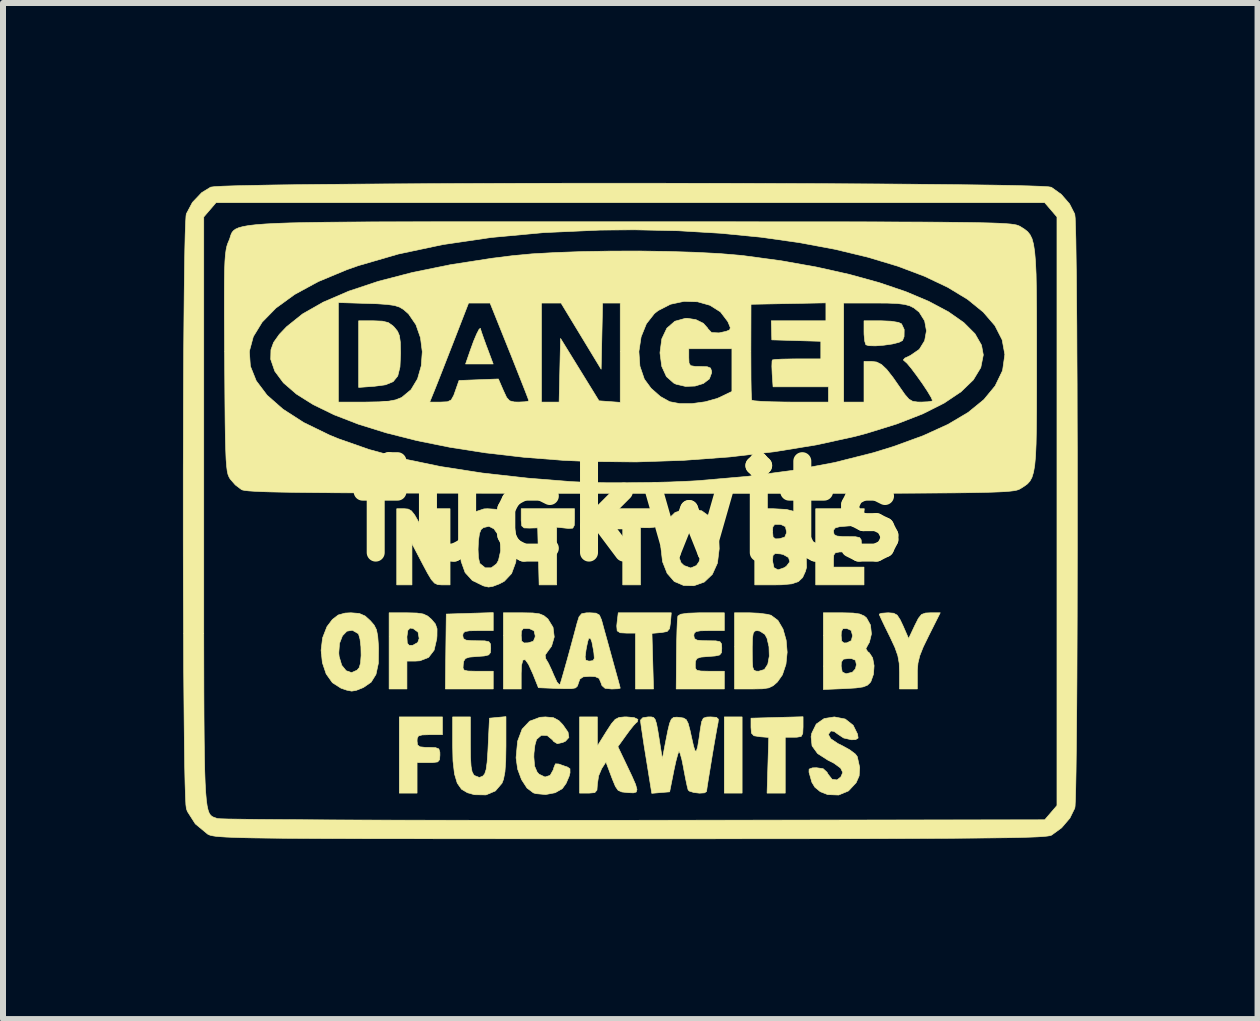
<source format=kicad_pcb>
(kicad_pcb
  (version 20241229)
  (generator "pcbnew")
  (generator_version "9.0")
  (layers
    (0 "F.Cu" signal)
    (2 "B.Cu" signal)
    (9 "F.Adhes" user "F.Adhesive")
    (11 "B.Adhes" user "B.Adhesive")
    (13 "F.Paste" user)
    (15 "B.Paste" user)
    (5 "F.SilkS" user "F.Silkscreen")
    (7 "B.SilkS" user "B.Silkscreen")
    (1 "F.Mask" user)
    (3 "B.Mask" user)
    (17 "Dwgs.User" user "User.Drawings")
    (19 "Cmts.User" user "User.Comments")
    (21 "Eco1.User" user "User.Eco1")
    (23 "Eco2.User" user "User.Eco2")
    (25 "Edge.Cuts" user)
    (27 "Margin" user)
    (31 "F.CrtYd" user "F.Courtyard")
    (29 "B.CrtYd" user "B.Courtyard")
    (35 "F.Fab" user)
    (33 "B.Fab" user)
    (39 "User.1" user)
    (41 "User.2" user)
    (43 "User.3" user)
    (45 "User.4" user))
  (footprint "fuckwits"
    (layer "F.Cu")
    (at 7.459 5.473)
    (property "Reference" "fuckwits" (at 0 0 0) (layer "F.SilkS") (effects (font (size 1.524 1.524) (thickness 0.3))))
    (attr through_hole)
    (fp_poly (pts (xy 1.863 4.699) (xy 1.566 4.699) (xy 1.566 3.429) (xy 1.863 3.429) (xy 1.863 4.699)) (stroke (width 0.01) (type solid)) (fill yes) (layer "F.SilkS"))
    (fp_poly (pts (xy -2.499 -3.042) (xy -2.484 -2.992) (xy -2.447 -2.886) (xy -2.396 -2.745) (xy -2.392 -2.736) (xy -2.287 -2.455) (xy -2.747 -2.455) (xy -2.667 -2.687) (xy -2.613 -2.836) (xy -2.562 -2.956) (xy -2.522 -3.033) (xy -2.501 -3.05) (xy -2.499 -3.042)) (stroke (width 0.01) (type solid)) (fill yes) (layer "F.SilkS"))
    (fp_poly (pts (xy 0.458 0.116) (xy 0.443 0.221) (xy 0.405 0.265) (xy 0.322 0.275) (xy 0.307 0.275) (xy 0.169 0.274) (xy 0.169 1.228) (xy -0.127 1.228) (xy -0.127 0.296) (xy -0.275 0.296) (xy -0.37 0.291) (xy -0.412 0.26) (xy -0.423 0.177) (xy -0.423 0.127) (xy -0.423 -0.042) (xy 0.471 -0.042) (xy 0.458 0.116)) (stroke (width 0.01) (type solid)) (fill yes) (layer "F.SilkS"))
    (fp_poly (pts (xy -0.931 0.128) (xy -0.935 0.236) (xy -0.96 0.282) (xy -1.028 0.287) (xy -1.079 0.282) (xy -1.228 0.266) (xy -1.228 1.228) (xy -1.521 1.228) (xy -1.533 0.752) (xy -1.545 0.277) (xy -1.683 0.281) (xy -1.772 0.278) (xy -1.811 0.244) (xy -1.82 0.157) (xy -1.82 0.121) (xy -1.82 -0.042) (xy -0.931 -0.042) (xy -0.931 0.128)) (stroke (width 0.01) (type solid)) (fill yes) (layer "F.SilkS"))
    (fp_poly (pts (xy 0.669 1.852) (xy 0.654 1.957) (xy 0.613 2.005) (xy 0.522 2.022) (xy 0.508 2.023) (xy 0.36 2.036) (xy 0.373 2.5) (xy 0.386 2.963) (xy 0.085 2.963) (xy 0.085 2.032) (xy -0.056 2.032) (xy -0.17 2.026) (xy -0.22 1.994) (xy -0.227 1.913) (xy -0.22 1.843) (xy -0.202 1.693) (xy 0.682 1.693) (xy 0.669 1.852)) (stroke (width 0.01) (type solid)) (fill yes) (layer "F.SilkS"))
    (fp_poly (pts (xy 2.879 3.597) (xy 2.874 3.706) (xy 2.847 3.755) (xy 2.776 3.767) (xy 2.731 3.768) (xy 2.582 3.768) (xy 2.582 4.699) (xy 2.279 4.699) (xy 2.307 3.771) (xy 2.159 3.759) (xy 2.06 3.743) (xy 2.019 3.7) (xy 2.011 3.602) (xy 2.011 3.598) (xy 2.011 3.45) (xy 2.445 3.438) (xy 2.879 3.426) (xy 2.879 3.597)) (stroke (width 0.01) (type solid)) (fill yes) (layer "F.SilkS"))
    (fp_poly (pts (xy 4.347 -3.168) (xy 4.469 -3.148) (xy 4.521 -3.124) (xy 4.565 -3.03) (xy 4.563 -2.911) (xy 4.537 -2.846) (xy 4.479 -2.816) (xy 4.367 -2.788) (xy 4.226 -2.768) (xy 4.087 -2.757) (xy 3.976 -2.76) (xy 3.926 -2.775) (xy 3.907 -2.835) (xy 3.896 -2.945) (xy 3.895 -2.992) (xy 3.895 -3.175) (xy 4.183 -3.175) (xy 4.347 -3.168)) (stroke (width 0.01) (type solid)) (fill yes) (layer "F.SilkS"))
    (fp_poly (pts (xy -4.133 -3.169) (xy -4.036 -3.145) (xy -3.961 -3.093) (xy -3.934 -3.066) (xy -3.881 -3) (xy -3.85 -2.926) (xy -3.835 -2.819) (xy -3.831 -2.655) (xy -3.831 -2.622) (xy -3.841 -2.404) (xy -3.878 -2.255) (xy -3.954 -2.161) (xy -4.081 -2.108) (xy -4.269 -2.083) (xy -4.274 -2.083) (xy -4.53 -2.064) (xy -4.53 -3.175) (xy -4.283 -3.175) (xy -4.133 -3.169)) (stroke (width 0.01) (type solid)) (fill yes) (layer "F.SilkS"))
    (fp_poly (pts (xy -3.703 -0.036) (xy -3.65 -0.006) (xy -3.596 0.062) (xy -3.527 0.183) (xy -3.474 0.286) (xy -3.306 0.614) (xy -3.302 -0.042) (xy -3.006 -0.042) (xy -3.006 1.228) (xy -3.144 1.228) (xy -3.212 1.223) (xy -3.265 1.198) (xy -3.318 1.139) (xy -3.382 1.032) (xy -3.461 0.884) (xy -3.641 0.54) (xy -3.641 1.228) (xy -3.895 1.228) (xy -3.895 -0.042) (xy -3.768 -0.042) (xy -3.703 -0.036)) (stroke (width 0.01) (type solid)) (fill yes) (layer "F.SilkS"))
    (fp_poly (pts (xy -3.133 3.725) (xy -3.344 3.725) (xy -3.47 3.729) (xy -3.533 3.746) (xy -3.554 3.789) (xy -3.556 3.831) (xy -3.548 3.896) (xy -3.509 3.927) (xy -3.417 3.937) (xy -3.365 3.937) (xy -3.248 3.941) (xy -3.193 3.962) (xy -3.176 4.016) (xy -3.175 4.064) (xy -3.181 4.142) (xy -3.212 4.179) (xy -3.294 4.19) (xy -3.365 4.191) (xy -3.556 4.191) (xy -3.556 4.699) (xy -3.852 4.699) (xy -3.852 3.429) (xy -3.133 3.429) (xy -3.133 3.725)) (stroke (width 0.01) (type solid)) (fill yes) (layer "F.SilkS"))
    (fp_poly (pts (xy -3.56 1.697) (xy -3.454 1.713) (xy -3.38 1.747) (xy -3.316 1.802) (xy -3.251 1.879) (xy -3.223 1.959) (xy -3.224 2.077) (xy -3.228 2.128) (xy -3.272 2.317) (xy -3.364 2.437) (xy -3.507 2.493) (xy -3.582 2.498) (xy -3.725 2.498) (xy -3.725 2.963) (xy -4.022 2.963) (xy -4.022 2.098) (xy -3.725 2.098) (xy -3.719 2.199) (xy -3.688 2.236) (xy -3.63 2.236) (xy -3.545 2.189) (xy -3.521 2.121) (xy -3.54 2.015) (xy -3.623 1.955) (xy -3.672 1.948) (xy -3.71 1.986) (xy -3.725 2.091) (xy -3.725 2.098) (xy -4.022 2.098) (xy -4.022 1.693) (xy -3.723 1.693) (xy -3.56 1.697)) (stroke (width 0.01) (type solid)) (fill yes) (layer "F.SilkS"))
    (fp_poly (pts (xy -2.074 3.915) (xy -2.078 4.165) (xy -2.091 4.345) (xy -2.115 4.469) (xy -2.14 4.534) (xy -2.25 4.663) (xy -2.407 4.729) (xy -2.598 4.726) (xy -2.716 4.693) (xy -2.815 4.634) (xy -2.886 4.533) (xy -2.932 4.38) (xy -2.957 4.164) (xy -2.963 3.899) (xy -2.963 3.429) (xy -2.667 3.429) (xy -2.667 3.889) (xy -2.665 4.104) (xy -2.656 4.25) (xy -2.639 4.342) (xy -2.612 4.394) (xy -2.6 4.406) (xy -2.518 4.438) (xy -2.462 4.417) (xy -2.429 4.38) (xy -2.405 4.307) (xy -2.388 4.184) (xy -2.375 3.996) (xy -2.371 3.911) (xy -2.349 3.45) (xy -2.212 3.437) (xy -2.074 3.424) (xy -2.074 3.915)) (stroke (width 0.01) (type solid)) (fill yes) (layer "F.SilkS"))
    (fp_poly (pts (xy 4.975 2.073) (xy 4.882 2.264) (xy 4.825 2.408) (xy 4.795 2.53) (xy 4.784 2.656) (xy 4.784 2.708) (xy 4.784 2.963) (xy 4.487 2.963) (xy 4.487 2.687) (xy 4.482 2.536) (xy 4.459 2.408) (xy 4.411 2.272) (xy 4.33 2.098) (xy 4.318 2.074) (xy 4.243 1.922) (xy 4.185 1.8) (xy 4.152 1.727) (xy 4.149 1.715) (xy 4.186 1.701) (xy 4.278 1.694) (xy 4.299 1.693) (xy 4.389 1.7) (xy 4.448 1.732) (xy 4.498 1.809) (xy 4.545 1.908) (xy 4.639 2.123) (xy 4.74 1.908) (xy 4.802 1.785) (xy 4.854 1.721) (xy 4.92 1.697) (xy 5.003 1.693) (xy 5.166 1.693) (xy 4.975 2.073)) (stroke (width 0.01) (type solid)) (fill yes) (layer "F.SilkS"))
    (fp_poly (pts (xy -2.286 1.99) (xy -2.54 1.99) (xy -2.682 1.993) (xy -2.759 2.006) (xy -2.789 2.037) (xy -2.794 2.074) (xy -2.784 2.123) (xy -2.74 2.149) (xy -2.643 2.158) (xy -2.561 2.159) (xy -2.428 2.161) (xy -2.359 2.175) (xy -2.332 2.212) (xy -2.328 2.283) (xy -2.328 2.284) (xy -2.333 2.357) (xy -2.363 2.395) (xy -2.437 2.413) (xy -2.551 2.421) (xy -2.681 2.432) (xy -2.749 2.454) (xy -2.778 2.5) (xy -2.786 2.551) (xy -2.79 2.615) (xy -2.77 2.65) (xy -2.708 2.664) (xy -2.584 2.667) (xy -2.543 2.667) (xy -2.286 2.667) (xy -2.286 2.963) (xy -3.084 2.963) (xy -3.077 2.339) (xy -3.069 1.714) (xy -2.286 1.69) (xy -2.286 1.99)) (stroke (width 0.01) (type solid)) (fill yes) (layer "F.SilkS"))
    (fp_poly (pts (xy 3.887 0.095) (xy 3.875 0.173) (xy 3.846 0.215) (xy 3.778 0.235) (xy 3.648 0.245) (xy 3.63 0.246) (xy 3.491 0.257) (xy 3.417 0.277) (xy 3.389 0.313) (xy 3.387 0.341) (xy 3.397 0.389) (xy 3.443 0.413) (xy 3.543 0.423) (xy 3.619 0.423) (xy 3.753 0.425) (xy 3.822 0.439) (xy 3.848 0.477) (xy 3.852 0.548) (xy 3.852 0.55) (xy 3.848 0.623) (xy 3.823 0.661) (xy 3.755 0.675) (xy 3.623 0.677) (xy 3.619 0.677) (xy 3.486 0.679) (xy 3.417 0.693) (xy 3.391 0.731) (xy 3.387 0.802) (xy 3.387 0.931) (xy 3.895 0.931) (xy 3.895 1.228) (xy 3.09 1.228) (xy 3.09 -0.042) (xy 3.9 -0.042) (xy 3.887 0.095)) (stroke (width 0.01) (type solid)) (fill yes) (layer "F.SilkS"))
    (fp_poly (pts (xy 1.19 -0.007) (xy 1.335 0.097) (xy 1.431 0.27) (xy 1.477 0.509) (xy 1.481 0.626) (xy 1.452 0.864) (xy 1.367 1.052) (xy 1.233 1.18) (xy 1.059 1.242) (xy 0.889 1.238) (xy 0.732 1.171) (xy 0.613 1.035) (xy 0.536 0.84) (xy 0.512 0.63) (xy 0.804 0.63) (xy 0.813 0.771) (xy 0.844 0.857) (xy 0.894 0.905) (xy 1.006 0.946) (xy 1.1 0.906) (xy 1.144 0.844) (xy 1.175 0.732) (xy 1.184 0.58) (xy 1.17 0.43) (xy 1.142 0.336) (xy 1.066 0.27) (xy 0.995 0.254) (xy 0.896 0.284) (xy 0.834 0.379) (xy 0.807 0.545) (xy 0.804 0.63) (xy 0.512 0.63) (xy 0.508 0.598) (xy 0.508 0.593) (xy 0.535 0.338) (xy 0.615 0.147) (xy 0.745 0.021) (xy 0.925 -0.038) (xy 0.999 -0.042) (xy 1.19 -0.007)) (stroke (width 0.01) (type solid)) (fill yes) (layer "F.SilkS"))
    (fp_poly (pts (xy 2.144 1.7) (xy 2.281 1.718) (xy 2.345 1.734) (xy 2.46 1.82) (xy 2.545 1.965) (xy 2.597 2.149) (xy 2.614 2.35) (xy 2.594 2.55) (xy 2.535 2.727) (xy 2.452 2.846) (xy 2.381 2.908) (xy 2.308 2.944) (xy 2.205 2.96) (xy 2.045 2.963) (xy 2.035 2.963) (xy 1.736 2.963) (xy 1.736 2.328) (xy 2.032 2.328) (xy 2.033 2.496) (xy 2.04 2.597) (xy 2.058 2.647) (xy 2.093 2.665) (xy 2.139 2.667) (xy 2.234 2.639) (xy 2.291 2.551) (xy 2.316 2.416) (xy 2.311 2.259) (xy 2.278 2.118) (xy 2.242 2.052) (xy 2.158 1.998) (xy 2.111 1.99) (xy 2.072 1.998) (xy 2.048 2.035) (xy 2.036 2.116) (xy 2.032 2.259) (xy 2.032 2.328) (xy 1.736 2.328) (xy 1.736 1.693) (xy 1.987 1.693) (xy 2.144 1.7)) (stroke (width 0.01) (type solid)) (fill yes) (layer "F.SilkS"))
    (fp_poly (pts (xy -0.55 3.913) (xy -0.399 3.671) (xy -0.315 3.542) (xy -0.253 3.47) (xy -0.189 3.438) (xy -0.101 3.429) (xy -0.06 3.429) (xy 0.063 3.44) (xy 0.126 3.47) (xy 0.116 3.512) (xy 0.094 3.529) (xy 0.053 3.572) (xy -0.018 3.662) (xy -0.073 3.737) (xy -0.208 3.925) (xy -0.067 4.22) (xy 0.028 4.42) (xy 0.087 4.555) (xy 0.11 4.638) (xy 0.098 4.681) (xy 0.052 4.695) (xy -0.028 4.692) (xy -0.044 4.691) (xy -0.142 4.68) (xy -0.204 4.653) (xy -0.249 4.589) (xy -0.298 4.471) (xy -0.314 4.429) (xy -0.407 4.18) (xy -0.478 4.29) (xy -0.529 4.411) (xy -0.55 4.548) (xy -0.55 4.549) (xy -0.557 4.649) (xy -0.593 4.691) (xy -0.684 4.699) (xy -0.699 4.699) (xy -0.847 4.699) (xy -0.847 3.429) (xy -0.55 3.429) (xy -0.55 3.913)) (stroke (width 0.01) (type solid)) (fill yes) (layer "F.SilkS"))
    (fp_poly (pts (xy 1.566 1.99) (xy 1.312 1.99) (xy 1.17 1.993) (xy 1.094 2.006) (xy 1.063 2.037) (xy 1.058 2.074) (xy 1.068 2.123) (xy 1.112 2.149) (xy 1.209 2.158) (xy 1.291 2.159) (xy 1.424 2.161) (xy 1.494 2.175) (xy 1.52 2.212) (xy 1.524 2.283) (xy 1.524 2.284) (xy 1.519 2.357) (xy 1.489 2.396) (xy 1.413 2.413) (xy 1.305 2.421) (xy 1.177 2.432) (xy 1.111 2.454) (xy 1.086 2.499) (xy 1.082 2.551) (xy 1.083 2.616) (xy 1.108 2.651) (xy 1.176 2.664) (xy 1.307 2.667) (xy 1.322 2.667) (xy 1.566 2.667) (xy 1.566 2.963) (xy 0.764 2.963) (xy 0.769 2.381) (xy 0.772 2.165) (xy 0.777 1.976) (xy 0.783 1.834) (xy 0.791 1.755) (xy 0.793 1.746) (xy 0.839 1.717) (xy 0.955 1.7) (xy 1.147 1.693) (xy 1.19 1.693) (xy 1.566 1.693) (xy 1.566 1.99)) (stroke (width 0.01) (type solid)) (fill yes) (layer "F.SilkS"))
    (fp_poly (pts (xy -2.247 -0.033) (xy -2.137 -0.008) (xy -2.114 0.001) (xy -2.004 0.107) (xy -1.928 0.28) (xy -1.891 0.509) (xy -1.888 0.593) (xy -1.91 0.848) (xy -1.98 1.038) (xy -2.101 1.167) (xy -2.182 1.21) (xy -2.292 1.252) (xy -2.364 1.264) (xy -2.437 1.248) (xy -2.455 1.242) (xy -2.635 1.154) (xy -2.755 1.022) (xy -2.822 0.835) (xy -2.838 0.637) (xy -2.539 0.637) (xy -2.533 0.77) (xy -2.513 0.861) (xy -2.508 0.872) (xy -2.42 0.943) (xy -2.32 0.943) (xy -2.232 0.878) (xy -2.198 0.817) (xy -2.163 0.661) (xy -2.169 0.512) (xy -2.21 0.385) (xy -2.275 0.293) (xy -2.358 0.251) (xy -2.45 0.273) (xy -2.489 0.305) (xy -2.516 0.373) (xy -2.533 0.495) (xy -2.539 0.637) (xy -2.838 0.637) (xy -2.842 0.591) (xy -2.815 0.336) (xy -2.737 0.144) (xy -2.612 0.018) (xy -2.441 -0.039) (xy -2.382 -0.042) (xy -2.247 -0.033)) (stroke (width 0.01) (type solid)) (fill yes) (layer "F.SilkS"))
    (fp_poly (pts (xy -4.519 1.704) (xy -4.421 1.747) (xy -4.337 1.823) (xy -4.272 1.898) (xy -4.233 1.975) (xy -4.212 2.08) (xy -4.2 2.238) (xy -4.198 2.283) (xy -4.201 2.534) (xy -4.241 2.72) (xy -4.322 2.85) (xy -4.448 2.937) (xy -4.468 2.946) (xy -4.572 2.987) (xy -4.646 2.999) (xy -4.728 2.983) (xy -4.824 2.95) (xy -4.967 2.859) (xy -5.072 2.711) (xy -5.135 2.524) (xy -5.151 2.364) (xy -4.861 2.364) (xy -4.855 2.423) (xy -4.812 2.568) (xy -4.738 2.659) (xy -4.648 2.69) (xy -4.557 2.65) (xy -4.52 2.607) (xy -4.498 2.529) (xy -4.489 2.403) (xy -4.492 2.26) (xy -4.507 2.132) (xy -4.531 2.049) (xy -4.538 2.04) (xy -4.635 1.984) (xy -4.726 2) (xy -4.8 2.077) (xy -4.849 2.203) (xy -4.861 2.364) (xy -5.151 2.364) (xy -5.156 2.318) (xy -5.131 2.111) (xy -5.058 1.924) (xy -4.968 1.805) (xy -4.871 1.73) (xy -4.756 1.698) (xy -4.659 1.693) (xy -4.519 1.704)) (stroke (width 0.01) (type solid)) (fill yes) (layer "F.SilkS"))
    (fp_poly (pts (xy -1.284 3.441) (xy -1.191 3.491) (xy -1.126 3.559) (xy -1.039 3.683) (xy -1.025 3.771) (xy -1.082 3.834) (xy -1.128 3.855) (xy -1.218 3.875) (xy -1.279 3.838) (xy -1.299 3.811) (xy -1.387 3.739) (xy -1.484 3.735) (xy -1.561 3.801) (xy -1.565 3.807) (xy -1.591 3.898) (xy -1.607 4.032) (xy -1.609 4.097) (xy -1.597 4.249) (xy -1.555 4.347) (xy -1.522 4.384) (xy -1.423 4.431) (xy -1.337 4.403) (xy -1.283 4.307) (xy -1.277 4.279) (xy -1.249 4.211) (xy -1.193 4.214) (xy -1.089 4.252) (xy -1.052 4.263) (xy -1.007 4.293) (xy -1.006 4.361) (xy -1.02 4.416) (xy -1.071 4.536) (xy -1.135 4.625) (xy -1.254 4.693) (xy -1.413 4.723) (xy -1.575 4.708) (xy -1.617 4.695) (xy -1.723 4.615) (xy -1.814 4.475) (xy -1.879 4.3) (xy -1.905 4.114) (xy -1.905 4.104) (xy -1.88 3.834) (xy -1.805 3.633) (xy -1.68 3.5) (xy -1.507 3.435) (xy -1.416 3.429) (xy -1.284 3.441)) (stroke (width 0.01) (type solid)) (fill yes) (layer "F.SilkS"))
    (fp_poly (pts (xy 3.582 3.464) (xy 3.714 3.568) (xy 3.787 3.715) (xy 3.797 3.781) (xy 3.756 3.807) (xy 3.686 3.81) (xy 3.555 3.78) (xy 3.47 3.724) (xy 3.395 3.67) (xy 3.343 3.663) (xy 3.301 3.721) (xy 3.34 3.792) (xy 3.458 3.872) (xy 3.531 3.908) (xy 3.658 3.978) (xy 3.751 4.048) (xy 3.783 4.091) (xy 3.823 4.272) (xy 3.814 4.412) (xy 3.764 4.526) (xy 3.636 4.663) (xy 3.472 4.731) (xy 3.29 4.724) (xy 3.167 4.676) (xy 3.076 4.601) (xy 3.026 4.519) (xy 2.995 4.409) (xy 2.978 4.35) (xy 2.98 4.299) (xy 3.036 4.278) (xy 3.102 4.276) (xy 3.214 4.292) (xy 3.279 4.352) (xy 3.294 4.381) (xy 3.363 4.469) (xy 3.445 4.479) (xy 3.509 4.429) (xy 3.541 4.355) (xy 3.505 4.282) (xy 3.396 4.202) (xy 3.292 4.149) (xy 3.121 4.039) (xy 3.029 3.912) (xy 3.013 3.759) (xy 3.024 3.701) (xy 3.099 3.548) (xy 3.231 3.456) (xy 3.4 3.429) (xy 3.582 3.464)) (stroke (width 0.01) (type solid)) (fill yes) (layer "F.SilkS"))
    (fp_poly (pts (xy 2.602 -0.03) (xy 2.752 0.009) (xy 2.846 0.082) (xy 2.897 0.193) (xy 2.895 0.327) (xy 2.859 0.433) (xy 2.819 0.531) (xy 2.825 0.595) (xy 2.851 0.631) (xy 2.933 0.776) (xy 2.937 0.935) (xy 2.919 1.002) (xy 2.872 1.105) (xy 2.802 1.172) (xy 2.693 1.21) (xy 2.526 1.226) (xy 2.395 1.228) (xy 2.074 1.228) (xy 2.074 0.833) (xy 2.371 0.833) (xy 2.394 0.941) (xy 2.461 0.977) (xy 2.566 0.941) (xy 2.602 0.916) (xy 2.658 0.842) (xy 2.637 0.772) (xy 2.55 0.722) (xy 2.501 0.711) (xy 2.412 0.705) (xy 2.377 0.738) (xy 2.371 0.833) (xy 2.074 0.833) (xy 2.074 0.339) (xy 2.371 0.339) (xy 2.379 0.43) (xy 2.419 0.461) (xy 2.487 0.458) (xy 2.574 0.431) (xy 2.603 0.362) (xy 2.603 0.339) (xy 2.585 0.257) (xy 2.513 0.223) (xy 2.487 0.219) (xy 2.406 0.22) (xy 2.375 0.262) (xy 2.371 0.339) (xy 2.074 0.339) (xy 2.074 -0.042) (xy 2.382 -0.042) (xy 2.602 -0.03)) (stroke (width 0.01) (type solid)) (fill yes) (layer "F.SilkS"))
    (fp_poly (pts (xy 3.71 1.697) (xy 3.823 1.713) (xy 3.897 1.745) (xy 3.937 1.778) (xy 4.003 1.897) (xy 4.019 2.046) (xy 3.984 2.188) (xy 3.962 2.224) (xy 3.926 2.292) (xy 3.957 2.341) (xy 3.984 2.361) (xy 4.039 2.445) (xy 4.063 2.575) (xy 4.053 2.717) (xy 4.01 2.839) (xy 3.997 2.857) (xy 3.951 2.901) (xy 3.879 2.929) (xy 3.761 2.946) (xy 3.578 2.957) (xy 3.575 2.957) (xy 3.217 2.972) (xy 3.217 2.582) (xy 3.514 2.582) (xy 3.532 2.679) (xy 3.595 2.71) (xy 3.701 2.684) (xy 3.753 2.626) (xy 3.768 2.557) (xy 3.753 2.484) (xy 3.692 2.458) (xy 3.641 2.455) (xy 3.551 2.466) (xy 3.518 2.515) (xy 3.514 2.582) (xy 3.217 2.582) (xy 3.217 2.074) (xy 3.514 2.074) (xy 3.523 2.166) (xy 3.562 2.196) (xy 3.609 2.194) (xy 3.684 2.157) (xy 3.704 2.074) (xy 3.681 1.987) (xy 3.609 1.955) (xy 3.542 1.958) (xy 3.517 2.009) (xy 3.514 2.074) (xy 3.217 2.074) (xy 3.217 1.693) (xy 3.535 1.693) (xy 3.71 1.697)) (stroke (width 0.01) (type solid)) (fill yes) (layer "F.SilkS"))
    (fp_poly (pts (xy 1.435 3.436) (xy 1.468 3.467) (xy 1.462 3.524) (xy 1.447 3.6) (xy 1.423 3.734) (xy 1.393 3.906) (xy 1.361 4.097) (xy 1.33 4.288) (xy 1.302 4.459) (xy 1.281 4.591) (xy 1.271 4.664) (xy 1.27 4.672) (xy 1.235 4.695) (xy 1.152 4.7) (xy 1.057 4.689) (xy 0.982 4.665) (xy 0.963 4.646) (xy 0.946 4.58) (xy 0.92 4.457) (xy 0.89 4.301) (xy 0.888 4.286) (xy 0.859 4.142) (xy 0.831 4.041) (xy 0.811 4.002) (xy 0.809 4.003) (xy 0.79 4.054) (xy 0.76 4.165) (xy 0.727 4.316) (xy 0.72 4.353) (xy 0.655 4.678) (xy 0.506 4.69) (xy 0.357 4.703) (xy 0.263 4.119) (xy 0.228 3.903) (xy 0.2 3.716) (xy 0.179 3.573) (xy 0.169 3.492) (xy 0.169 3.482) (xy 0.206 3.443) (xy 0.294 3.429) (xy 0.349 3.429) (xy 0.386 3.438) (xy 0.413 3.471) (xy 0.436 3.541) (xy 0.459 3.663) (xy 0.489 3.85) (xy 0.499 3.916) (xy 0.533 4.128) (xy 0.586 3.852) (xy 0.624 3.66) (xy 0.654 3.536) (xy 0.683 3.467) (xy 0.721 3.437) (xy 0.774 3.433) (xy 0.819 3.437) (xy 0.887 3.448) (xy 0.932 3.475) (xy 0.964 3.538) (xy 0.995 3.654) (xy 1.02 3.768) (xy 1.053 3.914) (xy 1.078 3.993) (xy 1.099 4) (xy 1.121 3.932) (xy 1.145 3.786) (xy 1.167 3.63) (xy 1.188 3.509) (xy 1.217 3.45) (xy 1.275 3.431) (xy 1.339 3.429) (xy 1.435 3.436)) (stroke (width 0.01) (type solid)) (fill yes) (layer "F.SilkS"))
    (fp_poly (pts (xy -1.627 1.696) (xy -1.517 1.71) (xy -1.443 1.74) (xy -1.379 1.792) (xy -1.374 1.797) (xy -1.289 1.935) (xy -1.269 2.096) (xy -1.314 2.25) (xy -1.361 2.314) (xy -1.42 2.397) (xy -1.412 2.458) (xy -1.407 2.465) (xy -1.366 2.534) (xy -1.311 2.651) (xy -1.277 2.731) (xy -1.223 2.848) (xy -1.184 2.891) (xy -1.17 2.879) (xy -1.149 2.811) (xy -1.111 2.679) (xy -1.061 2.502) (xy -1.041 2.43) (xy -0.754 2.43) (xy -0.743 2.482) (xy -0.699 2.497) (xy -0.677 2.498) (xy -0.621 2.49) (xy -0.601 2.452) (xy -0.608 2.361) (xy -0.615 2.318) (xy -0.641 2.181) (xy -0.665 2.118) (xy -0.691 2.118) (xy -0.694 2.12) (xy -0.71 2.169) (xy -0.732 2.271) (xy -0.74 2.318) (xy -0.754 2.43) (xy -1.041 2.43) (xy -1.005 2.298) (xy -0.947 2.084) (xy -0.892 1.879) (xy -0.891 1.873) (xy -0.856 1.761) (xy -0.813 1.709) (xy -0.735 1.694) (xy -0.677 1.693) (xy -0.573 1.699) (xy -0.516 1.731) (xy -0.481 1.811) (xy -0.464 1.873) (xy -0.432 1.991) (xy -0.384 2.163) (xy -0.329 2.363) (xy -0.293 2.494) (xy -0.243 2.675) (xy -0.202 2.822) (xy -0.176 2.919) (xy -0.169 2.95) (xy -0.207 2.959) (xy -0.298 2.963) (xy -0.317 2.963) (xy -0.422 2.952) (xy -0.474 2.906) (xy -0.491 2.857) (xy -0.522 2.786) (xy -0.587 2.757) (xy -0.677 2.752) (xy -0.787 2.761) (xy -0.842 2.799) (xy -0.864 2.859) (xy -0.882 2.914) (xy -0.914 2.945) (xy -0.98 2.958) (xy -1.099 2.958) (xy -1.212 2.955) (xy -1.533 2.942) (xy -1.625 2.712) (xy -1.698 2.552) (xy -1.753 2.475) (xy -1.792 2.481) (xy -1.815 2.57) (xy -1.82 2.706) (xy -1.82 2.963) (xy -2.117 2.963) (xy -2.117 2.074) (xy -1.82 2.074) (xy -1.812 2.166) (xy -1.772 2.196) (xy -1.704 2.194) (xy -1.617 2.167) (xy -1.588 2.098) (xy -1.587 2.074) (xy -1.606 1.993) (xy -1.678 1.959) (xy -1.704 1.955) (xy -1.785 1.955) (xy -1.816 1.997) (xy -1.82 2.074) (xy -2.117 2.074) (xy -2.117 1.693) (xy -1.797 1.693) (xy -1.627 1.696)) (stroke (width 0.01) (type solid)) (fill yes) (layer "F.SilkS"))
    (fp_poly (pts (xy 0.395 -5.468) (xy 1.063 -5.467) (xy 1.722 -5.466) (xy 2.367 -5.464) (xy 2.993 -5.462) (xy 3.594 -5.459) (xy 4.164 -5.456) (xy 4.698 -5.452) (xy 5.191 -5.447) (xy 5.637 -5.442) (xy 6.03 -5.437) (xy 6.366 -5.431) (xy 6.638 -5.424) (xy 6.841 -5.417) (xy 6.971 -5.409) (xy 7.019 -5.401) (xy 7.184 -5.283) (xy 7.322 -5.124) (xy 7.407 -4.957) (xy 7.409 -4.95) (xy 7.416 -4.886) (xy 7.421 -4.744) (xy 7.427 -4.53) (xy 7.431 -4.251) (xy 7.436 -3.914) (xy 7.439 -3.526) (xy 7.443 -3.092) (xy 7.445 -2.619) (xy 7.448 -2.115) (xy 7.449 -1.586) (xy 7.451 -1.037) (xy 7.451 -0.477) (xy 7.451 0.089) (xy 7.451 0.654) (xy 7.45 1.211) (xy 7.449 1.754) (xy 7.447 2.277) (xy 7.445 2.772) (xy 7.442 3.233) (xy 7.438 3.653) (xy 7.434 4.026) (xy 7.43 4.345) (xy 7.425 4.604) (xy 7.42 4.796) (xy 7.414 4.915) (xy 7.409 4.95) (xy 7.327 5.117) (xy 7.19 5.277) (xy 7.026 5.397) (xy 7.019 5.401) (xy 6.994 5.409) (xy 6.948 5.416) (xy 6.879 5.423) (xy 6.781 5.429) (xy 6.651 5.434) (xy 6.486 5.439) (xy 6.282 5.443) (xy 6.036 5.446) (xy 5.743 5.449) (xy 5.4 5.452) (xy 5.004 5.454) (xy 4.55 5.456) (xy 4.035 5.458) (xy 3.456 5.459) (xy 2.808 5.46) (xy 2.088 5.46) (xy 1.293 5.461) (xy 0.418 5.461) (xy -0.008 5.461) (xy -0.905 5.461) (xy -1.72 5.461) (xy -2.459 5.46) (xy -3.124 5.46) (xy -3.721 5.459) (xy -4.252 5.459) (xy -4.722 5.457) (xy -5.135 5.456) (xy -5.494 5.454) (xy -5.803 5.452) (xy -6.067 5.449) (xy -6.288 5.446) (xy -6.472 5.442) (xy -6.622 5.437) (xy -6.742 5.432) (xy -6.835 5.426) (xy -6.906 5.42) (xy -6.958 5.412) (xy -6.996 5.404) (xy -7.023 5.395) (xy -7.043 5.385) (xy -7.048 5.382) (xy -7.253 5.212) (xy -7.385 5.005) (xy -7.402 4.957) (xy -7.41 4.892) (xy -7.417 4.749) (xy -7.424 4.534) (xy -7.43 4.255) (xy -7.435 3.917) (xy -7.439 3.527) (xy -7.443 3.093) (xy -7.447 2.62) (xy -7.449 2.114) (xy -7.451 1.584) (xy -7.452 1.431) (xy -7.112 1.431) (xy -7.112 2.035) (xy -7.111 2.567) (xy -7.11 3.033) (xy -7.108 3.437) (xy -7.105 3.783) (xy -7.101 4.077) (xy -7.096 4.322) (xy -7.089 4.523) (xy -7.08 4.685) (xy -7.069 4.812) (xy -7.056 4.909) (xy -7.04 4.981) (xy -7.022 5.031) (xy -7.001 5.064) (xy -6.977 5.086) (xy -6.95 5.1) (xy -6.919 5.111) (xy -6.885 5.123) (xy -6.833 5.127) (xy -6.701 5.131) (xy -6.493 5.134) (xy -6.214 5.138) (xy -5.867 5.141) (xy -5.458 5.143) (xy -4.99 5.146) (xy -4.469 5.148) (xy -3.898 5.15) (xy -3.282 5.151) (xy -2.626 5.152) (xy -1.933 5.152) (xy -1.209 5.152) (xy -0.457 5.152) (xy 0.057 5.152) (xy 6.908 5.144) (xy 7.01 5.025) (xy 7.112 4.906) (xy 7.112 -4.906) (xy 6.908 -5.144) (xy -6.908 -5.144) (xy -7.112 -4.906) (xy -7.112 -0.007) (xy -7.112 0.752) (xy -7.112 1.431) (xy -7.452 1.431) (xy -7.453 1.035) (xy -7.454 0.474) (xy -7.454 -0.093) (xy -7.454 -0.658) (xy -7.452 -1.216) (xy -7.451 -1.76) (xy -7.449 -2.283) (xy -7.446 -2.778) (xy -7.442 -3.239) (xy -7.438 -3.66) (xy -7.433 -4.033) (xy -7.428 -4.353) (xy -7.422 -4.612) (xy -7.415 -4.804) (xy -7.408 -4.922) (xy -7.403 -4.957) (xy -7.301 -5.149) (xy -7.146 -5.312) (xy -6.997 -5.403) (xy -6.936 -5.411) (xy -6.795 -5.419) (xy -6.582 -5.426) (xy -6.3 -5.432) (xy -5.955 -5.439) (xy -5.554 -5.444) (xy -5.101 -5.449) (xy -4.602 -5.453) (xy -4.062 -5.457) (xy -3.487 -5.46) (xy -2.883 -5.463) (xy -2.254 -5.465) (xy -1.606 -5.467) (xy -0.945 -5.468) (xy -0.276 -5.468) (xy 0.395 -5.468)) (stroke (width 0.01) (type solid)) (fill yes) (layer "F.SilkS"))
    (fp_poly (pts (xy -1.946 -4.826) (xy -1.184 -4.826) (xy -0.343 -4.826) (xy 0.028 -4.826) (xy 0.884 -4.826) (xy 1.659 -4.826) (xy 2.358 -4.825) (xy 2.985 -4.825) (xy 3.543 -4.825) (xy 4.037 -4.824) (xy 4.47 -4.822) (xy 4.848 -4.821) (xy 5.174 -4.819) (xy 5.452 -4.816) (xy 5.685 -4.813) (xy 5.88 -4.809) (xy 6.038 -4.805) (xy 6.165 -4.8) (xy 6.264 -4.794) (xy 6.34 -4.788) (xy 6.397 -4.78) (xy 6.438 -4.772) (xy 6.468 -4.762) (xy 6.491 -4.752) (xy 6.511 -4.74) (xy 6.511 -4.74) (xy 6.571 -4.702) (xy 6.622 -4.662) (xy 6.663 -4.611) (xy 6.696 -4.544) (xy 6.721 -4.452) (xy 6.74 -4.328) (xy 6.754 -4.163) (xy 6.764 -3.951) (xy 6.769 -3.684) (xy 6.772 -3.353) (xy 6.773 -2.953) (xy 6.773 -2.539) (xy 6.773 -2.077) (xy 6.772 -1.691) (xy 6.769 -1.375) (xy 6.764 -1.121) (xy 6.755 -0.92) (xy 6.741 -0.765) (xy 6.721 -0.65) (xy 6.695 -0.564) (xy 6.662 -0.503) (xy 6.62 -0.456) (xy 6.568 -0.418) (xy 6.507 -0.379) (xy 6.487 -0.368) (xy 6.463 -0.358) (xy 6.431 -0.349) (xy 6.387 -0.341) (xy 6.327 -0.334) (xy 6.247 -0.327) (xy 6.142 -0.322) (xy 6.008 -0.317) (xy 5.843 -0.313) (xy 5.64 -0.309) (xy 5.398 -0.306) (xy 5.11 -0.304) (xy 4.773 -0.302) (xy 4.384 -0.3) (xy 3.938 -0.299) (xy 3.431 -0.299) (xy 2.859 -0.298) (xy 2.218 -0.298) (xy 1.503 -0.298) (xy 0.711 -0.298) (xy 0 -0.298) (xy -0.874 -0.298) (xy -1.667 -0.299) (xy -2.383 -0.3) (xy -3.026 -0.301) (xy -3.599 -0.302) (xy -4.107 -0.304) (xy -4.554 -0.306) (xy -4.942 -0.308) (xy -5.276 -0.311) (xy -5.561 -0.314) (xy -5.798 -0.318) (xy -5.993 -0.322) (xy -6.15 -0.327) (xy -6.271 -0.333) (xy -6.362 -0.339) (xy -6.425 -0.346) (xy -6.465 -0.354) (xy -6.482 -0.36) (xy -6.586 -0.439) (xy -6.672 -0.538) (xy -6.691 -0.571) (xy -6.708 -0.612) (xy -6.721 -0.67) (xy -6.731 -0.753) (xy -6.74 -0.867) (xy -6.746 -1.022) (xy -6.752 -1.225) (xy -6.756 -1.484) (xy -6.759 -1.807) (xy -6.762 -2.202) (xy -6.764 -2.488) (xy -6.766 -2.666) (xy -6.352 -2.666) (xy -6.335 -2.419) (xy -6.237 -2.174) (xy -6.056 -1.934) (xy -5.792 -1.702) (xy -5.446 -1.479) (xy -5.017 -1.27) (xy -4.863 -1.207) (xy -4.355 -1.029) (xy -3.789 -0.875) (xy -3.162 -0.745) (xy -2.467 -0.637) (xy -1.7 -0.551) (xy -0.974 -0.493) (xy -0.72 -0.482) (xy -0.405 -0.475) (xy -0.053 -0.475) (xy 0.313 -0.479) (xy 0.67 -0.488) (xy 0.993 -0.502) (xy 1.122 -0.509) (xy 1.949 -0.581) (xy 2.706 -0.681) (xy 3.403 -0.812) (xy 4.049 -0.975) (xy 4.383 -1.078) (xy 4.88 -1.259) (xy 5.295 -1.448) (xy 5.632 -1.648) (xy 5.893 -1.861) (xy 6.081 -2.089) (xy 6.199 -2.333) (xy 6.207 -2.359) (xy 6.243 -2.613) (xy 6.198 -2.858) (xy 6.077 -3.095) (xy 5.883 -3.32) (xy 5.621 -3.533) (xy 5.293 -3.732) (xy 4.904 -3.917) (xy 4.459 -4.085) (xy 3.96 -4.235) (xy 3.412 -4.367) (xy 2.818 -4.478) (xy 2.183 -4.568) (xy 1.51 -4.634) (xy 0.803 -4.676) (xy 0.066 -4.692) (xy -0.506 -4.687) (xy -1.444 -4.645) (xy -2.319 -4.564) (xy -3.128 -4.445) (xy -3.868 -4.288) (xy -4.536 -4.094) (xy -4.729 -4.026) (xy -5.204 -3.828) (xy -5.597 -3.614) (xy -5.908 -3.388) (xy -6.138 -3.153) (xy -6.286 -2.911) (xy -6.352 -2.666) (xy -6.766 -2.666) (xy -6.767 -2.932) (xy -6.769 -3.299) (xy -6.769 -3.598) (xy -6.768 -3.837) (xy -6.765 -4.024) (xy -6.759 -4.168) (xy -6.751 -4.276) (xy -6.74 -4.357) (xy -6.727 -4.419) (xy -6.71 -4.47) (xy -6.696 -4.502) (xy -6.679 -4.545) (xy -6.667 -4.584) (xy -6.655 -4.619) (xy -6.639 -4.651) (xy -6.615 -4.679) (xy -6.579 -4.705) (xy -6.528 -4.727) (xy -6.457 -4.746) (xy -6.363 -4.763) (xy -6.241 -4.777) (xy -6.087 -4.789) (xy -5.898 -4.799) (xy -5.67 -4.807) (xy -5.398 -4.813) (xy -5.078 -4.818) (xy -4.708 -4.821) (xy -4.282 -4.824) (xy -3.797 -4.825) (xy -3.248 -4.826) (xy -2.633 -4.826) (xy -1.946 -4.826)) (stroke (width 0.01) (type solid)) (fill yes) (layer "F.SilkS"))
    (fp_poly (pts (xy 0.627 -4.331) (xy 1.077 -4.317) (xy 1.483 -4.296) (xy 1.827 -4.267) (xy 1.884 -4.261) (xy 2.513 -4.176) (xy 3.103 -4.071) (xy 3.649 -3.949) (xy 4.146 -3.812) (xy 4.591 -3.661) (xy 4.977 -3.498) (xy 5.302 -3.325) (xy 5.559 -3.145) (xy 5.745 -2.959) (xy 5.854 -2.769) (xy 5.884 -2.606) (xy 5.842 -2.395) (xy 5.718 -2.19) (xy 5.513 -1.992) (xy 5.231 -1.803) (xy 4.873 -1.623) (xy 4.441 -1.455) (xy 3.938 -1.299) (xy 3.747 -1.248) (xy 3.106 -1.107) (xy 2.402 -0.992) (xy 1.654 -0.905) (xy 0.88 -0.848) (xy 0.098 -0.822) (xy -0.674 -0.829) (xy -1.113 -0.848) (xy -1.777 -0.9) (xy -2.41 -0.973) (xy -3.006 -1.066) (xy -3.561 -1.178) (xy -4.071 -1.307) (xy -4.531 -1.45) (xy -4.937 -1.607) (xy -5.284 -1.776) (xy -5.355 -1.82) (xy -4.868 -1.82) (xy -4.413 -1.82) (xy -3.345 -1.82) (xy -3.164 -1.82) (xy -3.05 -1.825) (xy -2.987 -1.855) (xy -2.944 -1.932) (xy -2.92 -2) (xy -2.857 -2.18) (xy -2.2 -2.205) (xy -2.117 -2.013) (xy -2.063 -1.897) (xy -2.012 -1.841) (xy -1.936 -1.822) (xy -1.864 -1.82) (xy -1.758 -1.825) (xy -1.698 -1.836) (xy -1.693 -1.841) (xy -1.708 -1.885) (xy -1.75 -1.995) (xy -1.815 -2.16) (xy -1.897 -2.367) (xy -1.991 -2.605) (xy -2.016 -2.666) (xy -2.339 -3.471) (xy -1.482 -3.471) (xy -1.482 -1.82) (xy -1.188 -1.82) (xy -1.176 -2.351) (xy -1.164 -2.881) (xy -0.523 -1.841) (xy -0.346 -1.828) (xy -0.169 -1.815) (xy -0.169 -2.663) (xy 0.142 -2.663) (xy 0.159 -2.419) (xy 0.233 -2.202) (xy 0.345 -2.05) (xy 0.5 -1.913) (xy 0.656 -1.826) (xy 0.821 -1.795) (xy 1.03 -1.795) (xy 1.249 -1.825) (xy 1.446 -1.88) (xy 1.5 -1.904) (xy 1.693 -1.997) (xy 1.693 -2.667) (xy 2.009 -2.667) (xy 2.01 -2.417) (xy 2.011 -2.197) (xy 2.014 -2.02) (xy 2.018 -1.9) (xy 2.022 -1.852) (xy 2.068 -1.841) (xy 2.182 -1.832) (xy 2.351 -1.825) (xy 2.56 -1.821) (xy 2.669 -1.82) (xy 3.302 -1.82) (xy 3.556 -1.82) (xy 3.895 -1.82) (xy 3.895 -2.498) (xy 4.022 -2.498) (xy 4.107 -2.487) (xy 4.187 -2.446) (xy 4.273 -2.365) (xy 4.378 -2.231) (xy 4.484 -2.079) (xy 4.577 -1.946) (xy 4.644 -1.869) (xy 4.708 -1.832) (xy 4.788 -1.821) (xy 4.849 -1.82) (xy 4.962 -1.825) (xy 5.029 -1.837) (xy 5.038 -1.844) (xy 5.014 -1.899) (xy 4.953 -2.001) (xy 4.868 -2.129) (xy 4.773 -2.262) (xy 4.684 -2.381) (xy 4.614 -2.465) (xy 4.584 -2.492) (xy 4.55 -2.522) (xy 4.576 -2.553) (xy 4.671 -2.598) (xy 4.817 -2.699) (xy 4.906 -2.843) (xy 4.936 -3.008) (xy 4.906 -3.174) (xy 4.815 -3.319) (xy 4.728 -3.389) (xy 4.657 -3.425) (xy 4.572 -3.448) (xy 4.454 -3.463) (xy 4.285 -3.47) (xy 4.075 -3.471) (xy 3.556 -3.471) (xy 3.556 -1.82) (xy 3.302 -1.82) (xy 3.302 -2.074) (xy 2.379 -2.074) (xy 2.364 -2.29) (xy 2.359 -2.415) (xy 2.362 -2.501) (xy 2.367 -2.522) (xy 2.414 -2.53) (xy 2.527 -2.536) (xy 2.684 -2.539) (xy 2.78 -2.54) (xy 3.175 -2.54) (xy 3.175 -2.833) (xy 2.358 -2.857) (xy 2.354 -3.016) (xy 2.349 -3.175) (xy 2.805 -3.175) (xy 3.26 -3.175) (xy 3.26 -3.474) (xy 2.635 -3.462) (xy 2.011 -3.45) (xy 2.009 -2.667) (xy 1.693 -2.667) (xy 1.693 -2.709) (xy 0.974 -2.709) (xy 0.974 -2.561) (xy 0.978 -2.47) (xy 1.005 -2.427) (xy 1.079 -2.414) (xy 1.164 -2.413) (xy 1.282 -2.409) (xy 1.337 -2.387) (xy 1.354 -2.336) (xy 1.355 -2.308) (xy 1.317 -2.206) (xy 1.218 -2.13) (xy 1.079 -2.087) (xy 0.92 -2.081) (xy 0.762 -2.118) (xy 0.724 -2.136) (xy 0.601 -2.245) (xy 0.523 -2.416) (xy 0.494 -2.637) (xy 0.494 -2.646) (xy 0.524 -2.874) (xy 0.608 -3.051) (xy 0.741 -3.167) (xy 0.917 -3.216) (xy 0.948 -3.217) (xy 1.093 -3.194) (xy 1.217 -3.133) (xy 1.29 -3.051) (xy 1.293 -3.042) (xy 1.354 -2.979) (xy 1.478 -2.973) (xy 1.596 -2.999) (xy 1.656 -3.023) (xy 1.666 -3.062) (xy 1.633 -3.143) (xy 1.623 -3.164) (xy 1.502 -3.323) (xy 1.328 -3.433) (xy 1.12 -3.492) (xy 0.895 -3.499) (xy 0.67 -3.451) (xy 0.465 -3.346) (xy 0.401 -3.296) (xy 0.267 -3.125) (xy 0.179 -2.907) (xy 0.142 -2.663) (xy -0.169 -2.663) (xy -0.169 -3.471) (xy -0.463 -3.471) (xy -0.487 -2.368) (xy -1.156 -3.471) (xy -1.482 -3.471) (xy -2.339 -3.471) (xy -2.697 -3.471) (xy -2.964 -2.783) (xy -3.056 -2.548) (xy -3.141 -2.33) (xy -3.213 -2.147) (xy -3.266 -2.014) (xy -3.289 -1.958) (xy -3.345 -1.82) (xy -4.413 -1.82) (xy -4.188 -1.824) (xy -4.028 -1.835) (xy -3.913 -1.857) (xy -3.822 -1.893) (xy -3.81 -1.899) (xy -3.657 -2.026) (xy -3.548 -2.207) (xy -3.486 -2.424) (xy -3.469 -2.659) (xy -3.499 -2.893) (xy -3.575 -3.11) (xy -3.698 -3.29) (xy -3.781 -3.363) (xy -3.848 -3.403) (xy -3.931 -3.43) (xy -4.05 -3.447) (xy -4.222 -3.459) (xy -4.384 -3.464) (xy -4.868 -3.479) (xy -4.868 -1.82) (xy -5.355 -1.82) (xy -5.568 -1.954) (xy -5.784 -2.141) (xy -5.928 -2.335) (xy -5.996 -2.533) (xy -5.992 -2.692) (xy -5.948 -2.814) (xy -5.853 -2.948) (xy -5.731 -3.076) (xy -5.465 -3.289) (xy -5.119 -3.486) (xy -4.695 -3.669) (xy -4.199 -3.834) (xy -3.632 -3.981) (xy -2.999 -4.11) (xy -2.303 -4.218) (xy -1.968 -4.26) (xy -1.64 -4.291) (xy -1.246 -4.313) (xy -0.803 -4.329) (xy -0.332 -4.337) (xy 0.151 -4.338) (xy 0.627 -4.331)) (stroke (width 0.01) (type solid)) (fill yes) (layer "F.SilkS")))
  (gr_rect
    (start -3 -3)
    (end 17.915 13.939)
    (stroke (width 0.1) (type default))
    (fill no)
    (layer "Edge.Cuts")))
</source>
